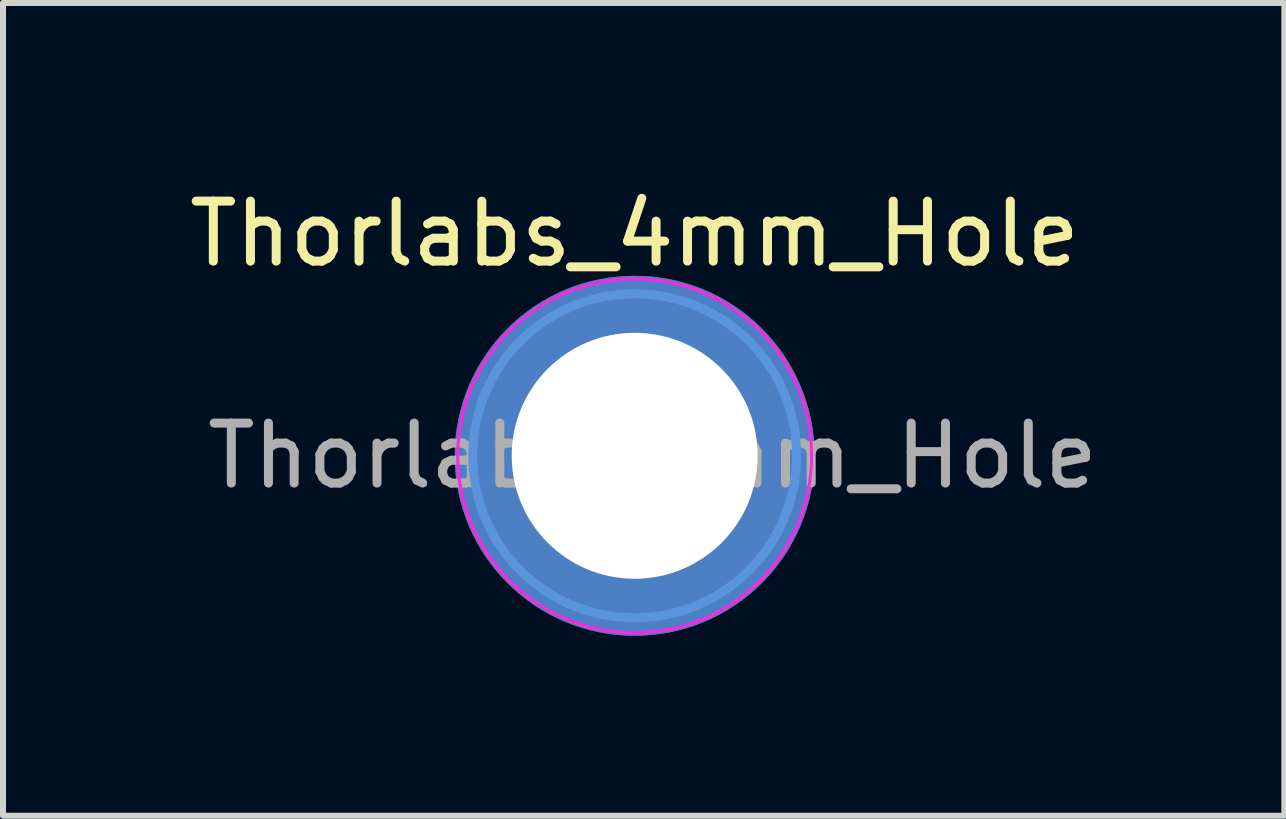
<source format=kicad_pcb>
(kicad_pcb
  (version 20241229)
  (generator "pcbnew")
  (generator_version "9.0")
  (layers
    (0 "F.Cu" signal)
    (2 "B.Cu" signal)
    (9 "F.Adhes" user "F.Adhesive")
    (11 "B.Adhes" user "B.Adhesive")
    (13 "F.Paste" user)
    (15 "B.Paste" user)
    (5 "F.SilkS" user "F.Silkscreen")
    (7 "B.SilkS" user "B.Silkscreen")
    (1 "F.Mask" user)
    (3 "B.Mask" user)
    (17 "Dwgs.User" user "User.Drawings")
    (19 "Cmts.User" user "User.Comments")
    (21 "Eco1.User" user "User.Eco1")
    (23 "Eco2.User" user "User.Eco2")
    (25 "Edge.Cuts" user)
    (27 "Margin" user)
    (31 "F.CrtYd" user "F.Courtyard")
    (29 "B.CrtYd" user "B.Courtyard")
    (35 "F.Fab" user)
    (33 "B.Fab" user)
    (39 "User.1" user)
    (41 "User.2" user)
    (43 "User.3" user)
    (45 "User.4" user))
  (footprint "Thorlabs_4mm_Hole"
    (layer "F.Cu")
    (at 7.53 4.548)
    (property "Reference" "Thorlabs_4mm_Hole" (at 0 -3.7 0) (layer "F.SilkS") (effects (font (size 1 1) (thickness 0.15))))
    (attr exclude_from_pos_files exclude_from_bom)
    (fp_circle (center 0 0) (end 2.7 0) (stroke (width 0.15) (type solid)) (fill no) (layer "Cmts.User"))
    (fp_circle (center 0 0) (end 2.95 0) (stroke (width 0.05) (type solid)) (fill no) (layer "F.CrtYd"))
    (fp_text user "${REFERENCE}" (at 0.3 0 0) (layer "F.Fab") (effects (font (size 1 1) (thickness 0.15))))
    (pad "1" thru_hole circle (at 0 0) (size 6 6) (drill 4.1) (layers "*.Cu" "*.Mask")))
  (gr_rect
    (start -3 -3)
    (end 18.36 10.548)
    (stroke (width 0.1) (type default))
    (fill no)
    (layer "Edge.Cuts")))
</source>
